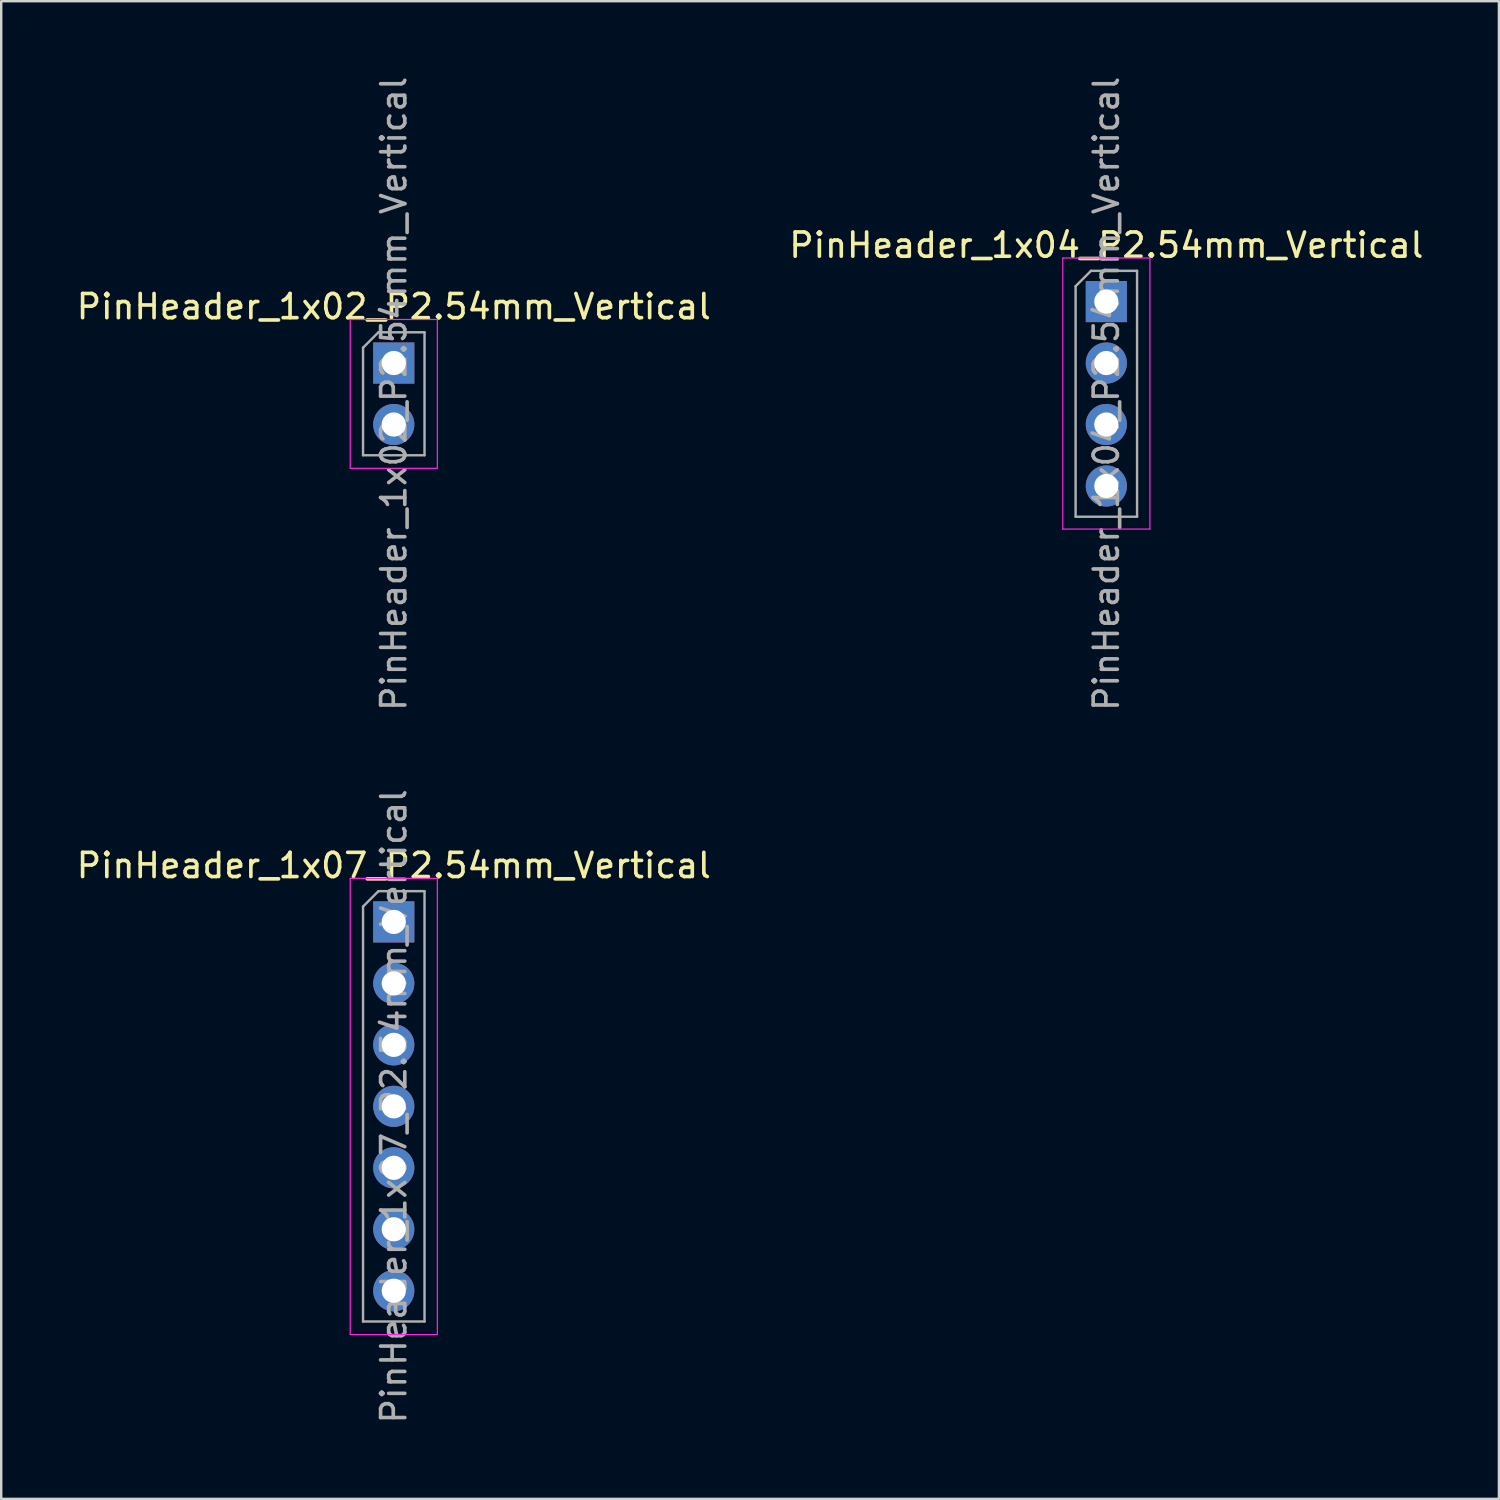
<source format=kicad_pcb>
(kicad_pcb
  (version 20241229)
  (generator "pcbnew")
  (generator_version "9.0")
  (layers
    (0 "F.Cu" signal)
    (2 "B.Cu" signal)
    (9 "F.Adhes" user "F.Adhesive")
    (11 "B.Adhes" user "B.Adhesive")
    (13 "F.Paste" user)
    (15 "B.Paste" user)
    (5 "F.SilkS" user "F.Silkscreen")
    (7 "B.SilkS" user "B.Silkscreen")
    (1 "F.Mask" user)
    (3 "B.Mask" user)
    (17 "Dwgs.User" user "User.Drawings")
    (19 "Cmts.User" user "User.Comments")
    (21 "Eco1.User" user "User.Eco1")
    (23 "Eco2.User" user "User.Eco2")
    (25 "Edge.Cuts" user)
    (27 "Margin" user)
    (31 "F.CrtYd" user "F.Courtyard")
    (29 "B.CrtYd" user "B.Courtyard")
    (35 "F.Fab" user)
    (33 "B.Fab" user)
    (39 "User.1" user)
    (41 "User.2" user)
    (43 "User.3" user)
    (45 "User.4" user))
  (footprint "PinHeader_1x04_P2.54mm_Vertical"
    (layer "F.Cu")
    (at 42.661 9.41)
    (property "Reference" "PinHeader_1x04_P2.54mm_Vertical" (at 0 -2.33 0) (layer "F.SilkS") (effects (font (size 1 1) (thickness 0.15))))
    (attr through_hole)
    (fp_line (start -1.8 -1.8) (end -1.8 9.4) (stroke (width 0.05) (type solid)) (layer "F.CrtYd"))
    (fp_line (start -1.8 9.4) (end 1.8 9.4) (stroke (width 0.05) (type solid)) (layer "F.CrtYd"))
    (fp_line (start 1.8 -1.8) (end -1.8 -1.8) (stroke (width 0.05) (type solid)) (layer "F.CrtYd"))
    (fp_line (start 1.8 9.4) (end 1.8 -1.8) (stroke (width 0.05) (type solid)) (layer "F.CrtYd"))
    (fp_line (start -1.27 -0.635) (end -0.635 -1.27) (stroke (width 0.1) (type solid)) (layer "F.Fab"))
    (fp_line (start -1.27 8.89) (end -1.27 -0.635) (stroke (width 0.1) (type solid)) (layer "F.Fab"))
    (fp_line (start -0.635 -1.27) (end 1.27 -1.27) (stroke (width 0.1) (type solid)) (layer "F.Fab"))
    (fp_line (start 1.27 -1.27) (end 1.27 8.89) (stroke (width 0.1) (type solid)) (layer "F.Fab"))
    (fp_line (start 1.27 8.89) (end -1.27 8.89) (stroke (width 0.1) (type solid)) (layer "F.Fab"))
    (fp_text user "${REFERENCE}" (at 0 3.81 90) (layer "F.Fab") (effects (font (size 1 1) (thickness 0.15))))
    (pad "1" thru_hole rect (at 0 0) (size 1.7 1.7) (drill 1) (layers "*.Cu" "*.Mask"))
    (pad "2" thru_hole oval (at 0 2.54) (size 1.7 1.7) (drill 1) (layers "*.Cu" "*.Mask"))
    (pad "3" thru_hole oval (at 0 5.08) (size 1.7 1.7) (drill 1) (layers "*.Cu" "*.Mask"))
    (pad "4" thru_hole oval (at 0 7.62) (size 1.7 1.7) (drill 1) (layers "*.Cu" "*.Mask")))
  (footprint "PinHeader_1x02_P2.54mm_Vertical"
    (layer "F.Cu")
    (at 13.22 11.95)
    (property "Reference" "PinHeader_1x02_P2.54mm_Vertical" (at 0 -2.33 0) (layer "F.SilkS") (effects (font (size 1 1) (thickness 0.15))))
    (attr through_hole)
    (fp_line (start -1.8 -1.8) (end -1.8 4.35) (stroke (width 0.05) (type solid)) (layer "F.CrtYd"))
    (fp_line (start -1.8 4.35) (end 1.8 4.35) (stroke (width 0.05) (type solid)) (layer "F.CrtYd"))
    (fp_line (start 1.8 -1.8) (end -1.8 -1.8) (stroke (width 0.05) (type solid)) (layer "F.CrtYd"))
    (fp_line (start 1.8 4.35) (end 1.8 -1.8) (stroke (width 0.05) (type solid)) (layer "F.CrtYd"))
    (fp_line (start -1.27 -0.635) (end -0.635 -1.27) (stroke (width 0.1) (type solid)) (layer "F.Fab"))
    (fp_line (start -1.27 3.81) (end -1.27 -0.635) (stroke (width 0.1) (type solid)) (layer "F.Fab"))
    (fp_line (start -0.635 -1.27) (end 1.27 -1.27) (stroke (width 0.1) (type solid)) (layer "F.Fab"))
    (fp_line (start 1.27 -1.27) (end 1.27 3.81) (stroke (width 0.1) (type solid)) (layer "F.Fab"))
    (fp_line (start 1.27 3.81) (end -1.27 3.81) (stroke (width 0.1) (type solid)) (layer "F.Fab"))
    (fp_text user "${REFERENCE}" (at 0 1.27 90) (layer "F.Fab") (effects (font (size 1 1) (thickness 0.15))))
    (pad "1" thru_hole rect (at 0 0) (size 1.7 1.7) (drill 1) (layers "*.Cu" "*.Mask"))
    (pad "2" thru_hole oval (at 0 2.54) (size 1.7 1.7) (drill 1) (layers "*.Cu" "*.Mask")))
  (footprint "PinHeader_1x07_P2.54mm_Vertical"
    (layer "F.Cu")
    (at 13.22 35.041)
    (property "Reference" "PinHeader_1x07_P2.54mm_Vertical" (at 0 -2.33 0) (layer "F.SilkS") (effects (font (size 1 1) (thickness 0.15))))
    (attr through_hole)
    (fp_line (start -1.8 -1.8) (end -1.8 17.05) (stroke (width 0.05) (type solid)) (layer "F.CrtYd"))
    (fp_line (start -1.8 17.05) (end 1.8 17.05) (stroke (width 0.05) (type solid)) (layer "F.CrtYd"))
    (fp_line (start 1.8 -1.8) (end -1.8 -1.8) (stroke (width 0.05) (type solid)) (layer "F.CrtYd"))
    (fp_line (start 1.8 17.05) (end 1.8 -1.8) (stroke (width 0.05) (type solid)) (layer "F.CrtYd"))
    (fp_line (start -1.27 -0.635) (end -0.635 -1.27) (stroke (width 0.1) (type solid)) (layer "F.Fab"))
    (fp_line (start -1.27 16.51) (end -1.27 -0.635) (stroke (width 0.1) (type solid)) (layer "F.Fab"))
    (fp_line (start -0.635 -1.27) (end 1.27 -1.27) (stroke (width 0.1) (type solid)) (layer "F.Fab"))
    (fp_line (start 1.27 -1.27) (end 1.27 16.51) (stroke (width 0.1) (type solid)) (layer "F.Fab"))
    (fp_line (start 1.27 16.51) (end -1.27 16.51) (stroke (width 0.1) (type solid)) (layer "F.Fab"))
    (fp_text user "${REFERENCE}" (at 0 7.62 90) (layer "F.Fab") (effects (font (size 1 1) (thickness 0.15))))
    (pad "1" thru_hole rect (at 0 0) (size 1.7 1.7) (drill 1) (layers "*.Cu" "*.Mask"))
    (pad "2" thru_hole oval (at 0 2.54) (size 1.7 1.7) (drill 1) (layers "*.Cu" "*.Mask"))
    (pad "3" thru_hole oval (at 0 5.08) (size 1.7 1.7) (drill 1) (layers "*.Cu" "*.Mask"))
    (pad "4" thru_hole oval (at 0 7.62) (size 1.7 1.7) (drill 1) (layers "*.Cu" "*.Mask"))
    (pad "5" thru_hole oval (at 0 10.16) (size 1.7 1.7) (drill 1) (layers "*.Cu" "*.Mask"))
    (pad "6" thru_hole oval (at 0 12.7) (size 1.7 1.7) (drill 1) (layers "*.Cu" "*.Mask"))
    (pad "7" thru_hole oval (at 0 15.24) (size 1.7 1.7) (drill 1) (layers "*.Cu" "*.Mask")))
  (gr_rect
    (start -3 -3)
    (end 58.881 58.881)
    (stroke (width 0.1) (type default))
    (fill no)
    (layer "Edge.Cuts")))
</source>
